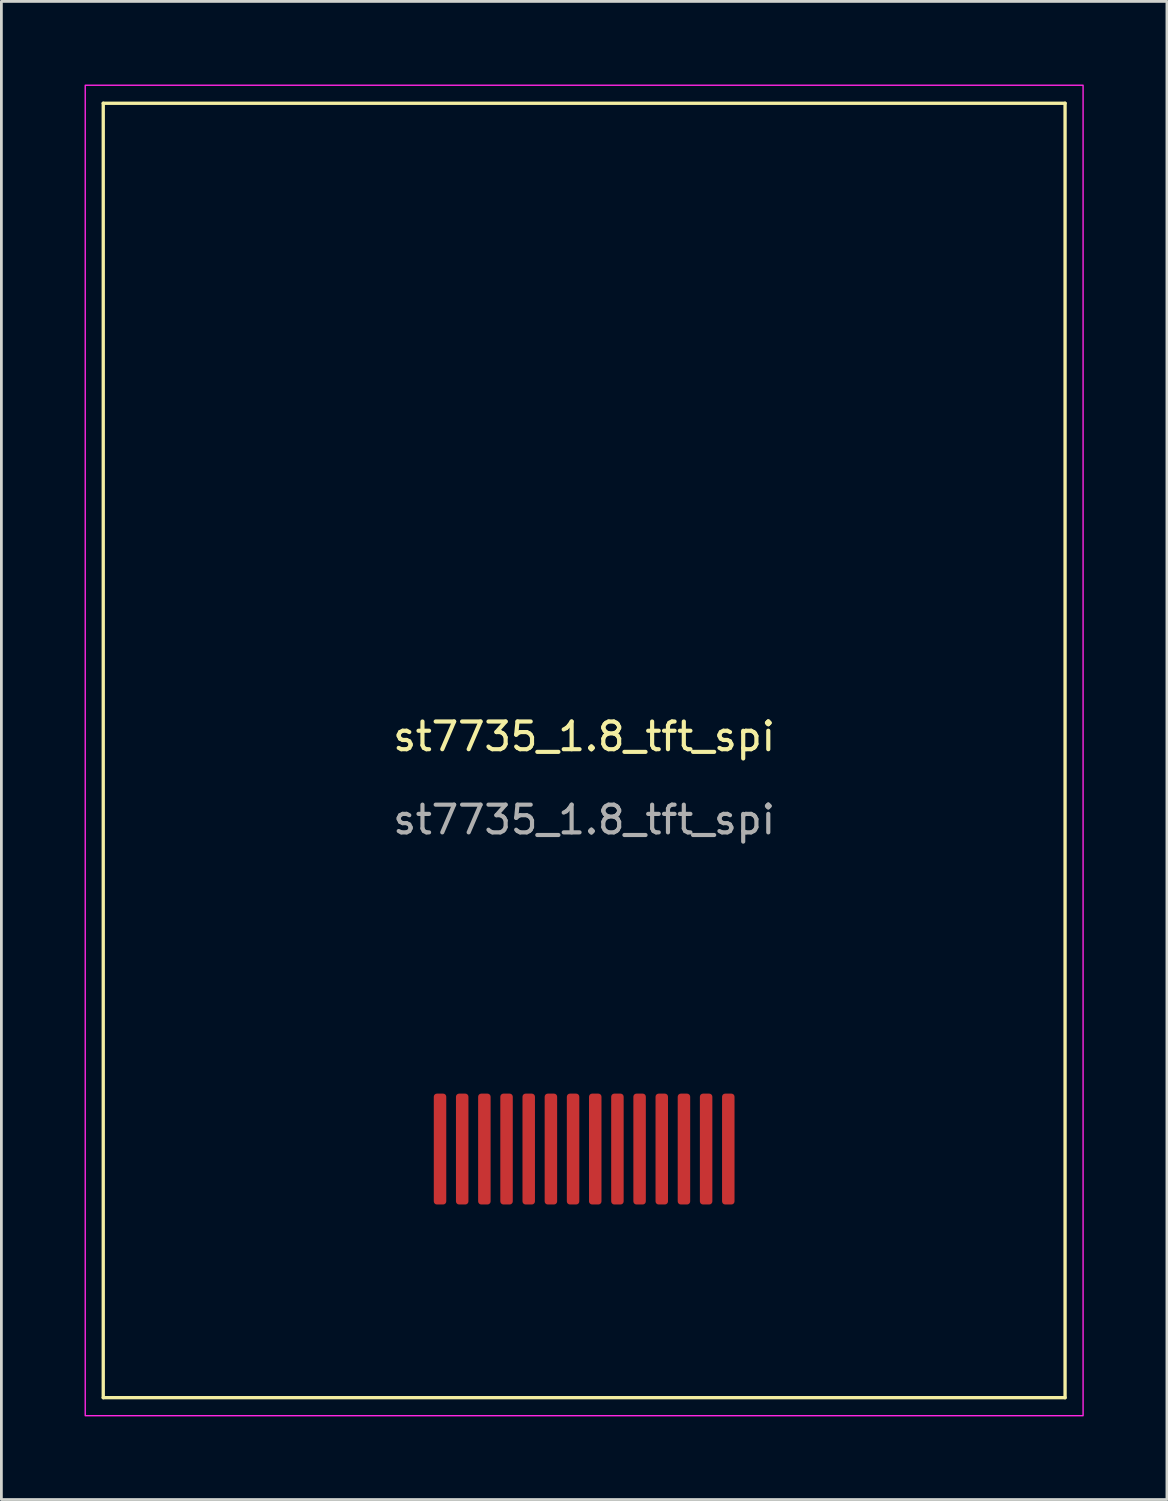
<source format=kicad_pcb>
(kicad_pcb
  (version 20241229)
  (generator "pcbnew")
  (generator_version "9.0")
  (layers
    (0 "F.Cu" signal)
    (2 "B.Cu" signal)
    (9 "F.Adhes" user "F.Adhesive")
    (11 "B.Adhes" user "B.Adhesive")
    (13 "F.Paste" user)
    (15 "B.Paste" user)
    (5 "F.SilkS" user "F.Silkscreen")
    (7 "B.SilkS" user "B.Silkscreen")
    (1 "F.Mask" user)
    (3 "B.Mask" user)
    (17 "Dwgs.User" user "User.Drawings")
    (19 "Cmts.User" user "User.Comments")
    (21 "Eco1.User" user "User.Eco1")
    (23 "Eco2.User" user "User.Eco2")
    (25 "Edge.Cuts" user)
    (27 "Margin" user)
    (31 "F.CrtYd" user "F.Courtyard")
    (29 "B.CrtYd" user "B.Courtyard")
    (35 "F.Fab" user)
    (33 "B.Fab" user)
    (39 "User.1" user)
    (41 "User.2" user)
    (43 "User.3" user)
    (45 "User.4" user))
  (footprint "st7735_1.8_tft_spi"
    (layer "F.Cu")
    (at 18.025 24.025)
    (property "Reference" "st7735_1.8_tft_spi" (at 0 -0.5 0) (unlocked yes) (layer "F.SilkS") (effects (font (size 1 1) (thickness 0.15))))
    (attr smd)
    (fp_line (start -17.35 -23.35) (end -17.35 23.35) (stroke (width 0.12) (type solid)) (layer "F.SilkS"))
    (fp_line (start -17.35 23.35) (end 17.35 23.35) (stroke (width 0.12) (type solid)) (layer "F.SilkS"))
    (fp_line (start 17.35 -23.35) (end -17.35 -23.35) (stroke (width 0.12) (type solid)) (layer "F.SilkS"))
    (fp_line (start 17.35 -23.35) (end 17.35 23.35) (stroke (width 0.12) (type solid)) (layer "F.SilkS"))
    (fp_rect (start -18 -24) (end 18 24) (stroke (width 0.05) (type solid)) (fill no) (layer "F.CrtYd"))
    (fp_text user "${REFERENCE}" (at 0 2.5 0) (unlocked yes) (layer "F.Fab") (effects (font (size 1 1) (thickness 0.15))))
    (pad "1" smd roundrect (at 5.2 14.38) (size 0.45 4) (layers "F.Cu" "F.Mask" "F.Paste") (roundrect_rratio 0.25))
    (pad "2" smd roundrect (at 4.4 14.38) (size 0.45 4) (layers "F.Cu" "F.Mask" "F.Paste") (roundrect_rratio 0.25))
    (pad "3" smd roundrect (at 3.6 14.38) (size 0.45 4) (layers "F.Cu" "F.Mask" "F.Paste") (roundrect_rratio 0.25))
    (pad "4" smd roundrect (at 2.8 14.38) (size 0.45 4) (layers "F.Cu" "F.Mask" "F.Paste") (roundrect_rratio 0.25))
    (pad "5" smd roundrect (at 2 14.38) (size 0.45 4) (layers "F.Cu" "F.Mask" "F.Paste") (roundrect_rratio 0.25))
    (pad "6" smd roundrect (at 1.2 14.38) (size 0.45 4) (layers "F.Cu" "F.Mask" "F.Paste") (roundrect_rratio 0.25))
    (pad "7" smd roundrect (at 0.4 14.38) (size 0.45 4) (layers "F.Cu" "F.Mask" "F.Paste") (roundrect_rratio 0.25))
    (pad "8" smd roundrect (at -0.4 14.38) (size 0.45 4) (layers "F.Cu" "F.Mask" "F.Paste") (roundrect_rratio 0.25))
    (pad "9" smd roundrect (at -1.2 14.38) (size 0.45 4) (layers "F.Cu" "F.Mask" "F.Paste") (roundrect_rratio 0.25))
    (pad "10" smd roundrect (at -2 14.38) (size 0.45 4) (layers "F.Cu" "F.Mask" "F.Paste") (roundrect_rratio 0.25))
    (pad "11" smd roundrect (at -2.8 14.38) (size 0.45 4) (layers "F.Cu" "F.Mask" "F.Paste") (roundrect_rratio 0.25))
    (pad "12" smd roundrect (at -3.6 14.38) (size 0.45 4) (layers "F.Cu" "F.Mask" "F.Paste") (roundrect_rratio 0.25))
    (pad "13" smd roundrect (at -4.4 14.38) (size 0.45 4) (layers "F.Cu" "F.Mask" "F.Paste") (roundrect_rratio 0.25))
    (pad "14" smd roundrect (at -5.2 14.38) (size 0.45 4) (layers "F.Cu" "F.Mask" "F.Paste") (roundrect_rratio 0.25)))
  (gr_rect
    (start -3 -3)
    (end 39.05 51.05)
    (stroke (width 0.1) (type default))
    (fill no)
    (layer "Edge.Cuts")))
</source>
